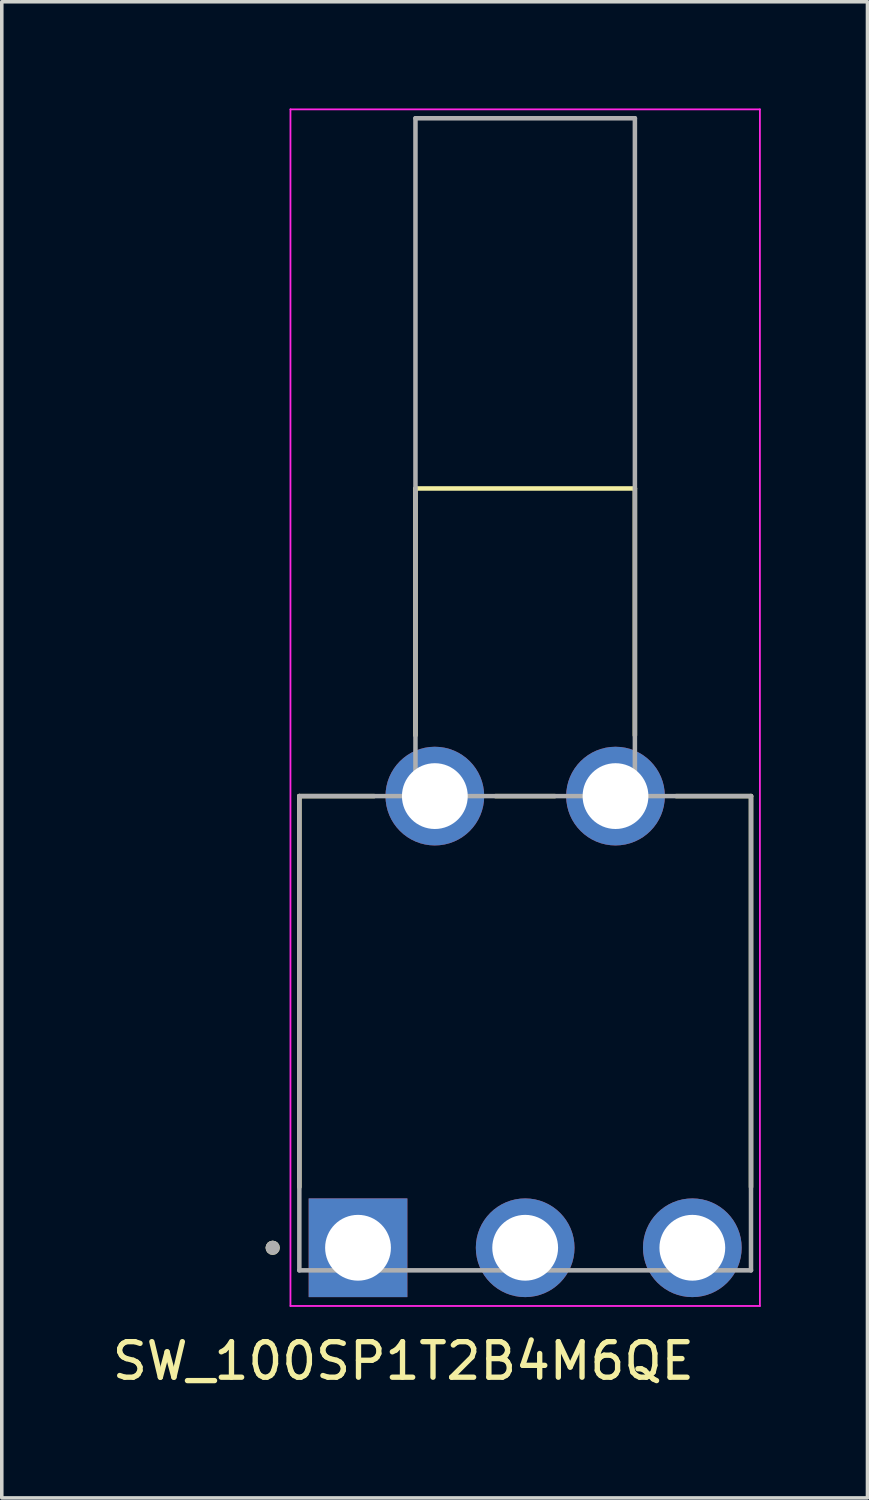
<source format=kicad_pcb>
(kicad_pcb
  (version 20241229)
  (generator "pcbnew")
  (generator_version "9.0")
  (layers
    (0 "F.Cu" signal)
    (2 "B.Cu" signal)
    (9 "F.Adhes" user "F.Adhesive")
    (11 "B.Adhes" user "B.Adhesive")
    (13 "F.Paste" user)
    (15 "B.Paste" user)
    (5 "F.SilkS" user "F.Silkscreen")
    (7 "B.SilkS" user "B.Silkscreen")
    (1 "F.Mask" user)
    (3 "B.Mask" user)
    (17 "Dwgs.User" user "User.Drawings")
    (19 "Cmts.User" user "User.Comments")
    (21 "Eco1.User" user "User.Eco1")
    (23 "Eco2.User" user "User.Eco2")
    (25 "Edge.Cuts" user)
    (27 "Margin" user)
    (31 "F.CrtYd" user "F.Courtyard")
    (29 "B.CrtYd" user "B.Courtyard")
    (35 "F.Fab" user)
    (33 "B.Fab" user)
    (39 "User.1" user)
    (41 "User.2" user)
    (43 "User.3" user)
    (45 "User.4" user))
  (footprint "SW_100SP1T2B4M6QE"
    (layer "F.Cu")
    (at 11.717 32.035)
    (property "Reference" "SW_100SP1T2B4M6QE" (at -3.425 3.185 0) (layer "F.SilkS") (effects (font (size 1 1) (thickness 0.15))))
    (attr through_hole)
    (fp_line (start -6.35 -12.7) (end -6.35 -1.708) (stroke (width 0.127) (type solid)) (layer "F.SilkS"))
    (fp_line (start -4.247 -12.7) (end -6.35 -12.7) (stroke (width 0.127) (type solid)) (layer "F.SilkS"))
    (fp_line (start -3.085 -21.35) (end 3.085 -21.35) (stroke (width 0.127) (type solid)) (layer "F.SilkS"))
    (fp_line (start -3.085 -14.408) (end -3.085 -21.35) (stroke (width 0.127) (type solid)) (layer "F.SilkS"))
    (fp_line (start -0.833 -12.7) (end 0.833 -12.7) (stroke (width 0.127) (type solid)) (layer "F.SilkS"))
    (fp_line (start 3.085 -21.35) (end 3.085 -14.408) (stroke (width 0.127) (type solid)) (layer "F.SilkS"))
    (fp_line (start 6.35 -12.7) (end 4.247 -12.7) (stroke (width 0.127) (type solid)) (layer "F.SilkS"))
    (fp_line (start 6.35 -1.708) (end 6.35 -12.7) (stroke (width 0.127) (type solid)) (layer "F.SilkS"))
    (fp_circle (center -7.1 0) (end -7 0) (stroke (width 0.2) (type solid)) (fill no) (layer "F.SilkS"))
    (fp_line (start -6.6 -32.01) (end -6.6 1.637) (stroke (width 0.05) (type solid)) (layer "F.CrtYd"))
    (fp_line (start -6.6 1.637) (end 6.6 1.637) (stroke (width 0.05) (type solid)) (layer "F.CrtYd"))
    (fp_line (start 6.6 -32.01) (end -6.6 -32.01) (stroke (width 0.05) (type solid)) (layer "F.CrtYd"))
    (fp_line (start 6.6 1.637) (end 6.6 -32.01) (stroke (width 0.05) (type solid)) (layer "F.CrtYd"))
    (fp_line (start -6.35 -12.7) (end -6.35 0.635) (stroke (width 0.127) (type solid)) (layer "F.Fab"))
    (fp_line (start -6.35 0.635) (end 6.35 0.635) (stroke (width 0.127) (type solid)) (layer "F.Fab"))
    (fp_line (start -3.085 -31.76) (end 3.085 -31.76) (stroke (width 0.127) (type solid)) (layer "F.Fab"))
    (fp_line (start -3.085 -12.7) (end -6.35 -12.7) (stroke (width 0.127) (type solid)) (layer "F.Fab"))
    (fp_line (start -3.085 -12.7) (end -3.085 -31.76) (stroke (width 0.127) (type solid)) (layer "F.Fab"))
    (fp_line (start 3.085 -31.76) (end 3.085 -12.7) (stroke (width 0.127) (type solid)) (layer "F.Fab"))
    (fp_line (start 3.085 -12.7) (end -3.085 -12.7) (stroke (width 0.127) (type solid)) (layer "F.Fab"))
    (fp_line (start 6.35 -12.7) (end 3.085 -12.7) (stroke (width 0.127) (type solid)) (layer "F.Fab"))
    (fp_line (start 6.35 0.635) (end 6.35 -12.7) (stroke (width 0.127) (type solid)) (layer "F.Fab"))
    (fp_circle (center -7.1 0) (end -7 0) (stroke (width 0.2) (type solid)) (fill no) (layer "F.Fab"))
    (pad "1" thru_hole rect (at -4.7 0) (size 2.775 2.775) (drill 1.85) (layers "*.Cu" "*.Mask"))
    (pad "2" thru_hole circle (at 0 0) (size 2.775 2.775) (drill 1.85) (layers "*.Cu" "*.Mask"))
    (pad "3" thru_hole circle (at 4.7 0) (size 2.775 2.775) (drill 1.85) (layers "*.Cu" "*.Mask"))
    (pad "S1" thru_hole circle (at -2.54 -12.7) (size 2.775 2.775) (drill 1.85) (layers "*.Cu" "*.Mask"))
    (pad "S2" thru_hole circle (at 2.54 -12.7) (size 2.775 2.775) (drill 1.85) (layers "*.Cu" "*.Mask")))
  (gr_rect
    (start -3 -3)
    (end 21.342 39.068)
    (stroke (width 0.1) (type default))
    (fill no)
    (layer "Edge.Cuts")))
</source>
